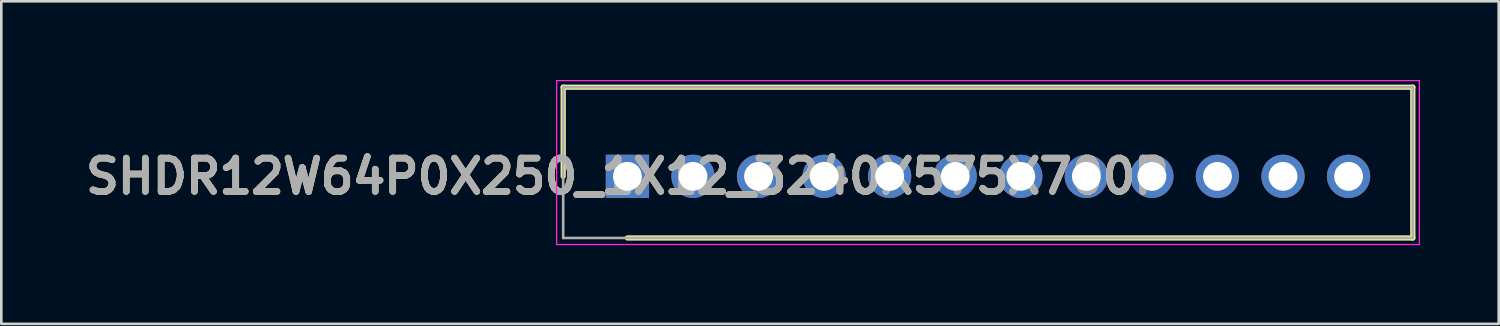
<source format=kicad_pcb>
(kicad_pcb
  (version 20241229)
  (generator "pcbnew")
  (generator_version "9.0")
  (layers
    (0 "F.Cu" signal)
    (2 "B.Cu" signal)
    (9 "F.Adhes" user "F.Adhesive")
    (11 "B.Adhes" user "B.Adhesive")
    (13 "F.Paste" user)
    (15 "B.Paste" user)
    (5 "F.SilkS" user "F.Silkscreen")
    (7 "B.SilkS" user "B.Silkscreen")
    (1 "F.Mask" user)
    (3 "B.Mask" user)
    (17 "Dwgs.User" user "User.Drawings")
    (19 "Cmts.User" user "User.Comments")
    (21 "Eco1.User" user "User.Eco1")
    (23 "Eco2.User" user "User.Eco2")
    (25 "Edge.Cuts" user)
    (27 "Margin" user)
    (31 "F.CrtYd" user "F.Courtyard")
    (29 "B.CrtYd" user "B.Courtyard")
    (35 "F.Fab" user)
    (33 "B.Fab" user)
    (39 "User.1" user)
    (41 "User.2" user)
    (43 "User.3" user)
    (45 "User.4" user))
  (footprint "SHDR12W64P0X250_1X12_3240X575X700P"
    (layer "F.Cu")
    (at 20.876 3.675)
    (property "Reference" "SHDR12W64P0X250_1X12_3240X575X700P" (at 0 0 0) (layer "F.SilkS") (effects (font (size 1.27 1.27) (thickness 0.254))))
    (attr through_hole)
    (fp_line (start -2.45 -3.4) (end -2.45 0) (stroke (width 0.2) (type solid)) (layer "F.SilkS"))
    (fp_line (start 0 2.35) (end 29.95 2.35) (stroke (width 0.2) (type solid)) (layer "F.SilkS"))
    (fp_line (start 29.95 -3.4) (end -2.45 -3.4) (stroke (width 0.2) (type solid)) (layer "F.SilkS"))
    (fp_line (start 29.95 2.35) (end 29.95 -3.4) (stroke (width 0.2) (type solid)) (layer "F.SilkS"))
    (fp_line (start -2.7 -3.65) (end 30.2 -3.65) (stroke (width 0.05) (type solid)) (layer "F.CrtYd"))
    (fp_line (start -2.7 2.6) (end -2.7 -3.65) (stroke (width 0.05) (type solid)) (layer "F.CrtYd"))
    (fp_line (start 30.2 -3.65) (end 30.2 2.6) (stroke (width 0.05) (type solid)) (layer "F.CrtYd"))
    (fp_line (start 30.2 2.6) (end -2.7 2.6) (stroke (width 0.05) (type solid)) (layer "F.CrtYd"))
    (fp_line (start -2.45 -3.4) (end 29.95 -3.4) (stroke (width 0.1) (type solid)) (layer "F.Fab"))
    (fp_line (start -2.45 2.35) (end -2.45 -3.4) (stroke (width 0.1) (type solid)) (layer "F.Fab"))
    (fp_line (start 29.95 -3.4) (end 29.95 2.35) (stroke (width 0.1) (type solid)) (layer "F.Fab"))
    (fp_line (start 29.95 2.35) (end -2.45 2.35) (stroke (width 0.1) (type solid)) (layer "F.Fab"))
    (fp_text user "${REFERENCE}" (at 0 0 0) (layer "F.Fab") (effects (font (size 1.27 1.27) (thickness 0.254))))
    (pad "1" thru_hole rect (at 0 0) (size 1.65 1.65) (drill 1.1) (layers "*.Cu" "*.Mask"))
    (pad "2" thru_hole circle (at 2.5 0) (size 1.65 1.65) (drill 1.1) (layers "*.Cu" "*.Mask"))
    (pad "3" thru_hole circle (at 5 0) (size 1.65 1.65) (drill 1.1) (layers "*.Cu" "*.Mask"))
    (pad "4" thru_hole circle (at 7.5 0) (size 1.65 1.65) (drill 1.1) (layers "*.Cu" "*.Mask"))
    (pad "5" thru_hole circle (at 10 0) (size 1.65 1.65) (drill 1.1) (layers "*.Cu" "*.Mask"))
    (pad "6" thru_hole circle (at 12.5 0) (size 1.65 1.65) (drill 1.1) (layers "*.Cu" "*.Mask"))
    (pad "7" thru_hole circle (at 15 0) (size 1.65 1.65) (drill 1.1) (layers "*.Cu" "*.Mask"))
    (pad "8" thru_hole circle (at 17.5 0) (size 1.65 1.65) (drill 1.1) (layers "*.Cu" "*.Mask"))
    (pad "9" thru_hole circle (at 20 0) (size 1.65 1.65) (drill 1.1) (layers "*.Cu" "*.Mask"))
    (pad "10" thru_hole circle (at 22.5 0) (size 1.65 1.65) (drill 1.1) (layers "*.Cu" "*.Mask"))
    (pad "11" thru_hole circle (at 25 0) (size 1.65 1.65) (drill 1.1) (layers "*.Cu" "*.Mask"))
    (pad "12" thru_hole circle (at 27.5 0) (size 1.65 1.65) (drill 1.1) (layers "*.Cu" "*.Mask")))
  (gr_rect
    (start -3 -3)
    (end 54.101 9.3)
    (stroke (width 0.1) (type default))
    (fill no)
    (layer "Edge.Cuts")))
</source>
